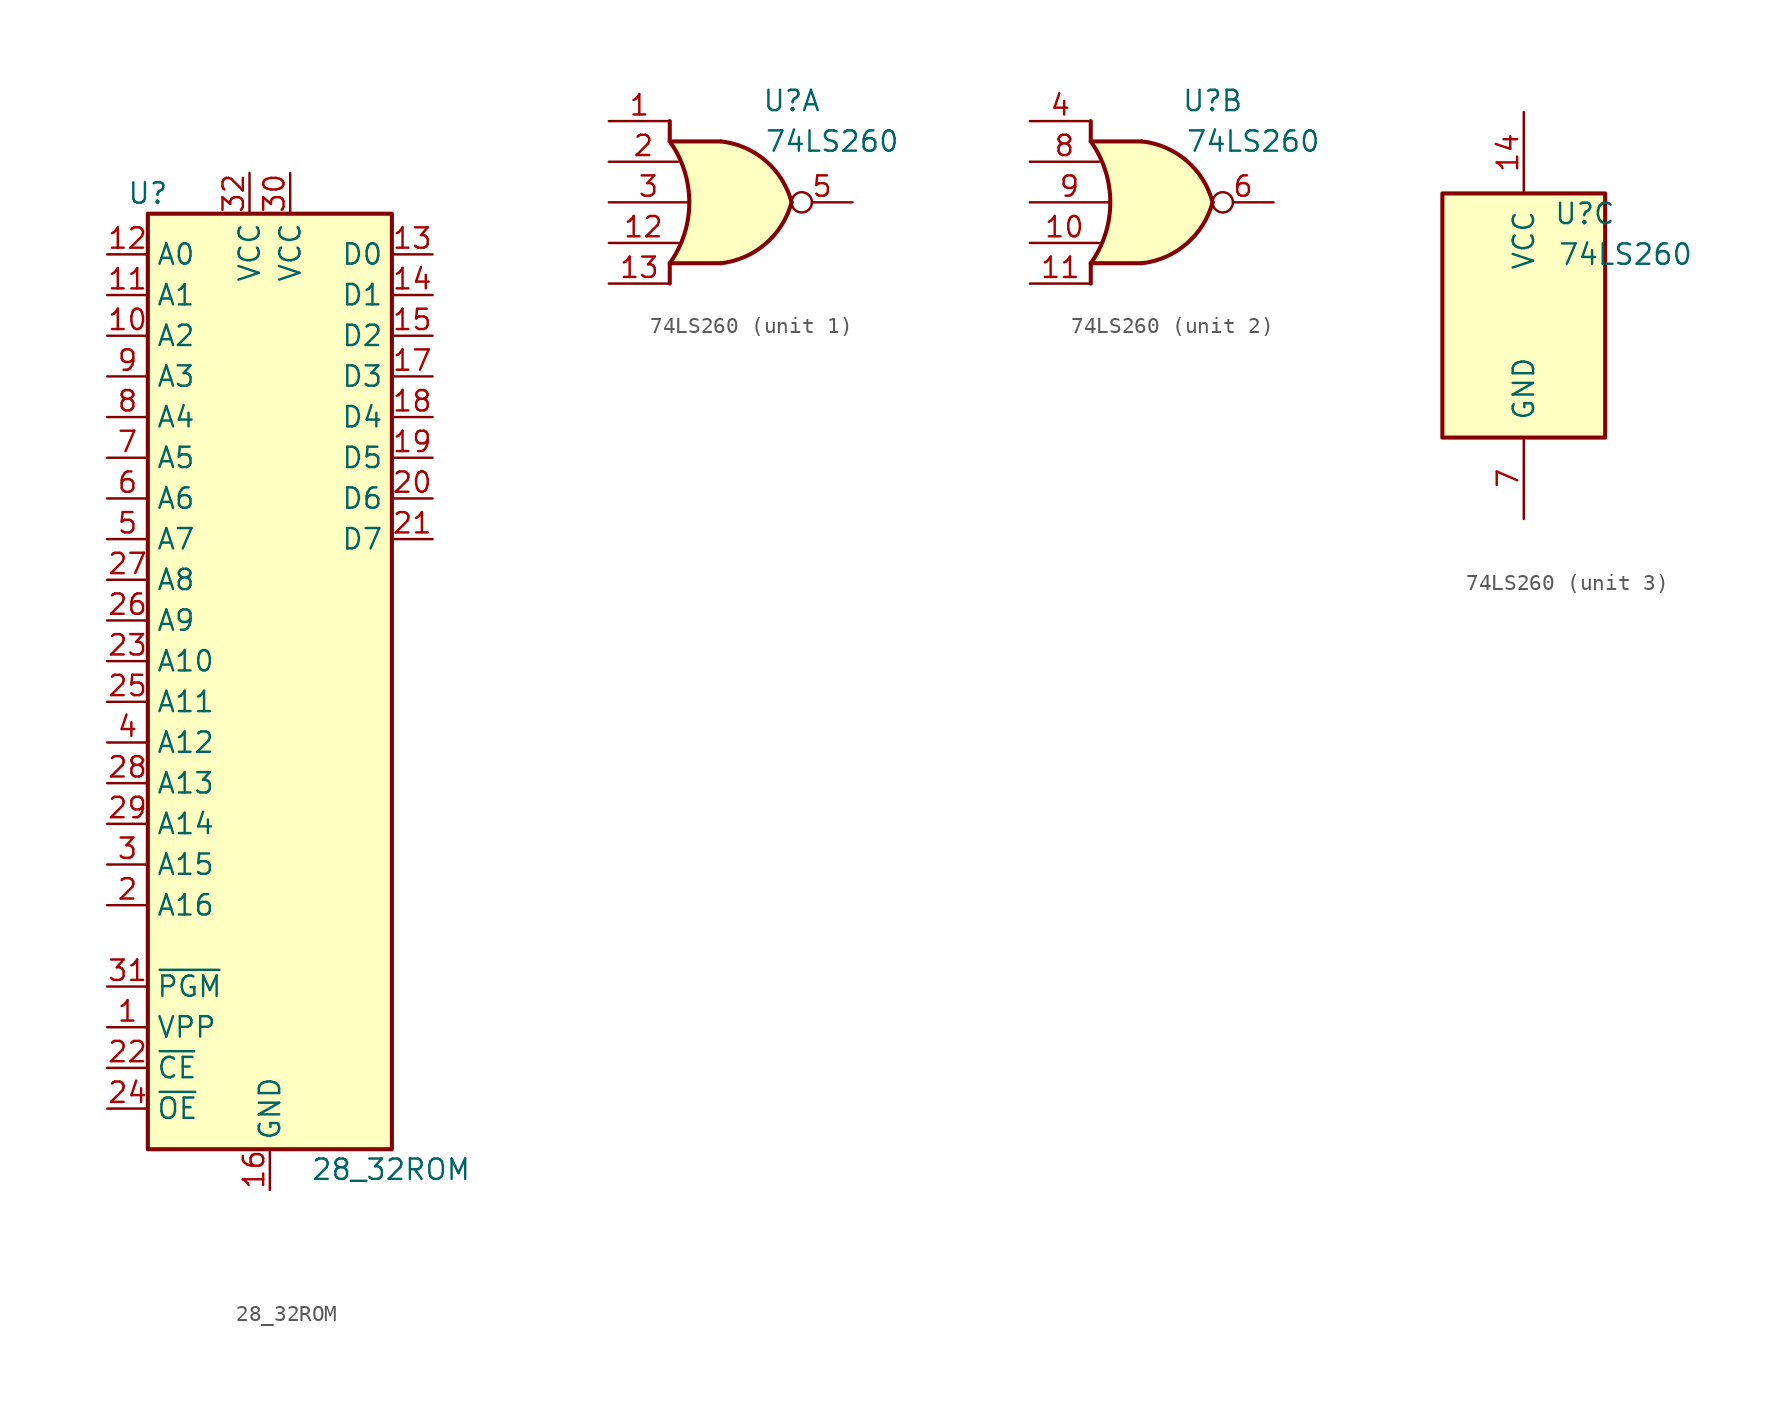
<source format=kicad_sym>
(kicad_symbol_lib
  (version 20231120)
  (generator "kicad_symbol_editor")
  (generator_version "8.0")
  (symbol "28_32ROM"
    (property "Reference" "U"
      (at -7.62 29.21 0)
      (effects (font (size 1.27 1.27))))
    (property "Value" "28_32ROM"
      (at 2.54 -31.75 0)
      (effects (font (size 1.27 1.27)) (justify left)))
    (symbol "28_32ROM_1_1"
      (rectangle (start -7.62 27.94) (end 7.62 -30.48) (stroke (width 0.254) (type default)) (fill (type background)))
      (pin input line (at -10.16 -22.86 0) (length 2.54) (name "VPP" (effects (font (size 1.27 1.27)))) (number "1" (effects (font (size 1.27 1.27)))))
      (pin input line (at -10.16 20.32 0) (length 2.54) (name "A2" (effects (font (size 1.27 1.27)))) (number "10" (effects (font (size 1.27 1.27)))))
      (pin input line (at -10.16 22.86 0) (length 2.54) (name "A1" (effects (font (size 1.27 1.27)))) (number "11" (effects (font (size 1.27 1.27)))))
      (pin input line (at -10.16 25.4 0) (length 2.54) (name "A0" (effects (font (size 1.27 1.27)))) (number "12" (effects (font (size 1.27 1.27)))))
      (pin tri_state line (at 10.16 25.4 180) (length 2.54) (name "D0" (effects (font (size 1.27 1.27)))) (number "13" (effects (font (size 1.27 1.27)))))
      (pin tri_state line (at 10.16 22.86 180) (length 2.54) (name "D1" (effects (font (size 1.27 1.27)))) (number "14" (effects (font (size 1.27 1.27)))))
      (pin tri_state line (at 10.16 20.32 180) (length 2.54) (name "D2" (effects (font (size 1.27 1.27)))) (number "15" (effects (font (size 1.27 1.27)))))
      (pin power_in line (at 0 -33.02 90) (length 2.54) (name "GND" (effects (font (size 1.27 1.27)))) (number "16" (effects (font (size 1.27 1.27)))))
      (pin tri_state line (at 10.16 17.78 180) (length 2.54) (name "D3" (effects (font (size 1.27 1.27)))) (number "17" (effects (font (size 1.27 1.27)))))
      (pin tri_state line (at 10.16 15.24 180) (length 2.54) (name "D4" (effects (font (size 1.27 1.27)))) (number "18" (effects (font (size 1.27 1.27)))))
      (pin tri_state line (at 10.16 12.7 180) (length 2.54) (name "D5" (effects (font (size 1.27 1.27)))) (number "19" (effects (font (size 1.27 1.27)))))
      (pin input line (at -10.16 -15.24 0) (length 2.54) (name "A16" (effects (font (size 1.27 1.27)))) (number "2" (effects (font (size 1.27 1.27)))))
      (pin tri_state line (at 10.16 10.16 180) (length 2.54) (name "D6" (effects (font (size 1.27 1.27)))) (number "20" (effects (font (size 1.27 1.27)))))
      (pin tri_state line (at 10.16 7.62 180) (length 2.54) (name "D7" (effects (font (size 1.27 1.27)))) (number "21" (effects (font (size 1.27 1.27)))))
      (pin input line (at -10.16 -25.4 0) (length 2.54) (name "~{CE}" (effects (font (size 1.27 1.27)))) (number "22" (effects (font (size 1.27 1.27)))))
      (pin input line (at -10.16 0 0) (length 2.54) (name "A10" (effects (font (size 1.27 1.27)))) (number "23" (effects (font (size 1.27 1.27)))))
      (pin input line (at -10.16 -27.94 0) (length 2.54) (name "~{OE}" (effects (font (size 1.27 1.27)))) (number "24" (effects (font (size 1.27 1.27)))))
      (pin input line (at -10.16 -2.54 0) (length 2.54) (name "A11" (effects (font (size 1.27 1.27)))) (number "25" (effects (font (size 1.27 1.27)))))
      (pin input line (at -10.16 2.54 0) (length 2.54) (name "A9" (effects (font (size 1.27 1.27)))) (number "26" (effects (font (size 1.27 1.27)))))
      (pin input line (at -10.16 5.08 0) (length 2.54) (name "A8" (effects (font (size 1.27 1.27)))) (number "27" (effects (font (size 1.27 1.27)))))
      (pin input line (at -10.16 -7.62 0) (length 2.54) (name "A13" (effects (font (size 1.27 1.27)))) (number "28" (effects (font (size 1.27 1.27)))))
      (pin input line (at -10.16 -10.16 0) (length 2.54) (name "A14" (effects (font (size 1.27 1.27)))) (number "29" (effects (font (size 1.27 1.27)))))
      (pin input line (at -10.16 -12.7 0) (length 2.54) (name "A15" (effects (font (size 1.27 1.27)))) (number "3" (effects (font (size 1.27 1.27)))))
      (pin power_in line (at 1.27 30.48 270) (length 2.54) (name "VCC" (effects (font (size 1.27 1.27)))) (number "30" (effects (font (size 1.27 1.27)))))
      (pin input line (at -10.16 -20.32 0) (length 2.54) (name "~{PGM}" (effects (font (size 1.27 1.27)))) (number "31" (effects (font (size 1.27 1.27)))))
      (pin power_in line (at -1.27 30.48 270) (length 2.54) (name "VCC" (effects (font (size 1.27 1.27)))) (number "32" (effects (font (size 1.27 1.27)))))
      (pin input line (at -10.16 -5.08 0) (length 2.54) (name "A12" (effects (font (size 1.27 1.27)))) (number "4" (effects (font (size 1.27 1.27)))))
      (pin input line (at -10.16 7.62 0) (length 2.54) (name "A7" (effects (font (size 1.27 1.27)))) (number "5" (effects (font (size 1.27 1.27)))))
      (pin input line (at -10.16 10.16 0) (length 2.54) (name "A6" (effects (font (size 1.27 1.27)))) (number "6" (effects (font (size 1.27 1.27)))))
      (pin input line (at -10.16 12.7 0) (length 2.54) (name "A5" (effects (font (size 1.27 1.27)))) (number "7" (effects (font (size 1.27 1.27)))))
      (pin input line (at -10.16 15.24 0) (length 2.54) (name "A4" (effects (font (size 1.27 1.27)))) (number "8" (effects (font (size 1.27 1.27)))))
      (pin input line (at -10.16 17.78 0) (length 2.54) (name "A3" (effects (font (size 1.27 1.27)))) (number "9" (effects (font (size 1.27 1.27)))))))
  (symbol "74LS260"
    (pin_names
      (offset 1.016))
    (property "Reference" "U"
      (at 3.81 6.35 0)
      (effects (font (size 1.27 1.27))))
    (property "Value" "74LS260"
      (at 6.35 3.81 0)
      (effects (font (size 1.27 1.27))))
    (property "ki_locked" ""
      (at 0 0 0)
      (effects (font (size 1.27 1.27))))
    (symbol "74LS260_1_1"
      (arc (start -3.81 -3.81) (mid -2.589 0) (end -3.81 3.81) (stroke (width 0.254) (type default)) (fill (type none)))
      (arc (start -0.6096 -3.81) (mid 2.1842 -2.5851) (end 3.81 0) (stroke (width 0.254) (type default)) (fill (type background)))
      (polyline (pts (xy -3.81 -5.08) (xy -3.81 -3.81)) (stroke (width 0.254) (type default)) (fill (type none)))
      (polyline (pts (xy -3.81 -3.81) (xy -0.635 -3.81)) (stroke (width 0.254) (type default)) (fill (type background)))
      (polyline (pts (xy -3.81 3.81) (xy -3.81 5.08)) (stroke (width 0.254) (type default)) (fill (type none)))
      (polyline (pts (xy -3.81 3.81) (xy -0.635 3.81)) (stroke (width 0.254) (type default)) (fill (type background)))
      (polyline (pts (xy -0.635 3.81) (xy -3.81 3.81) (xy -3.81 3.81) (xy -3.556 3.404) (xy -3.023 2.261) (xy -2.692 1.041) (xy -2.616 -0.254) (xy -2.769 -1.499) (xy -3.175 -2.718) (xy -3.81 -3.81) (xy -3.81 -3.81) (xy -0.635 -3.81)) (stroke (width -25.4) (type default)) (fill (type background)))
      (arc (start 3.81 0) (mid 2.1915 2.5936) (end -0.6096 3.81) (stroke (width 0.254) (type default)) (fill (type background)))
      (pin input line (at -7.62 5.08 0) (length 3.81) (name "~" (effects (font (size 1.27 1.27)))) (number "1" (effects (font (size 1.27 1.27)))))
      (pin input line (at -7.62 -2.54 0) (length 4.318) (name "~" (effects (font (size 1.27 1.27)))) (number "12" (effects (font (size 1.27 1.27)))))
      (pin input line (at -7.62 -5.08 0) (length 3.81) (name "~" (effects (font (size 1.27 1.27)))) (number "13" (effects (font (size 1.27 1.27)))))
      (pin input line (at -7.62 2.54 0) (length 4.318) (name "~" (effects (font (size 1.27 1.27)))) (number "2" (effects (font (size 1.27 1.27)))))
      (pin input line (at -7.62 0 0) (length 4.953) (name "~" (effects (font (size 1.27 1.27)))) (number "3" (effects (font (size 1.27 1.27)))))
      (pin output inverted (at 7.62 0 180) (length 3.81) (name "~" (effects (font (size 1.27 1.27)))) (number "5" (effects (font (size 1.27 1.27))))))
    (symbol "74LS260_2_1"
      (arc (start -3.81 -3.81) (mid -2.589 0) (end -3.81 3.81) (stroke (width 0.254) (type default)) (fill (type none)))
      (arc (start -0.6096 -3.81) (mid 2.1842 -2.5851) (end 3.81 0) (stroke (width 0.254) (type default)) (fill (type background)))
      (polyline (pts (xy -3.81 -5.08) (xy -3.81 -3.81)) (stroke (width 0.254) (type default)) (fill (type none)))
      (polyline (pts (xy -3.81 -3.81) (xy -0.635 -3.81)) (stroke (width 0.254) (type default)) (fill (type background)))
      (polyline (pts (xy -3.81 3.81) (xy -3.81 5.08)) (stroke (width 0.254) (type default)) (fill (type none)))
      (polyline (pts (xy -3.81 3.81) (xy -0.635 3.81)) (stroke (width 0.254) (type default)) (fill (type background)))
      (polyline (pts (xy -0.635 3.81) (xy -3.81 3.81) (xy -3.81 3.81) (xy -3.556 3.404) (xy -3.023 2.261) (xy -2.692 1.041) (xy -2.616 -0.254) (xy -2.769 -1.499) (xy -3.175 -2.718) (xy -3.81 -3.81) (xy -3.81 -3.81) (xy -0.635 -3.81)) (stroke (width -25.4) (type default)) (fill (type background)))
      (arc (start 3.81 0) (mid 2.1915 2.5936) (end -0.6096 3.81) (stroke (width 0.254) (type default)) (fill (type background)))
      (pin input line (at -7.62 -2.54 0) (length 4.318) (name "~" (effects (font (size 1.27 1.27)))) (number "10" (effects (font (size 1.27 1.27)))))
      (pin input line (at -7.62 -5.08 0) (length 3.81) (name "~" (effects (font (size 1.27 1.27)))) (number "11" (effects (font (size 1.27 1.27)))))
      (pin input line (at -7.62 5.08 0) (length 3.81) (name "~" (effects (font (size 1.27 1.27)))) (number "4" (effects (font (size 1.27 1.27)))))
      (pin output inverted (at 7.62 0 180) (length 3.81) (name "~" (effects (font (size 1.27 1.27)))) (number "6" (effects (font (size 1.27 1.27)))))
      (pin input line (at -7.62 2.54 0) (length 4.318) (name "~" (effects (font (size 1.27 1.27)))) (number "8" (effects (font (size 1.27 1.27)))))
      (pin input line (at -7.62 0 0) (length 4.953) (name "~" (effects (font (size 1.27 1.27)))) (number "9" (effects (font (size 1.27 1.27))))))
    (symbol "74LS260_3_0"
      (pin power_in line (at 0 12.7 270) (length 5.08) (name "VCC" (effects (font (size 1.27 1.27)))) (number "14" (effects (font (size 1.27 1.27)))))
      (pin power_in line (at 0 -12.7 90) (length 5.08) (name "GND" (effects (font (size 1.27 1.27)))) (number "7" (effects (font (size 1.27 1.27))))))
    (symbol "74LS260_3_1"
      (rectangle (start -5.08 7.62) (end 5.08 -7.62) (stroke (width 0.254) (type default)) (fill (type background))))))
</source>
